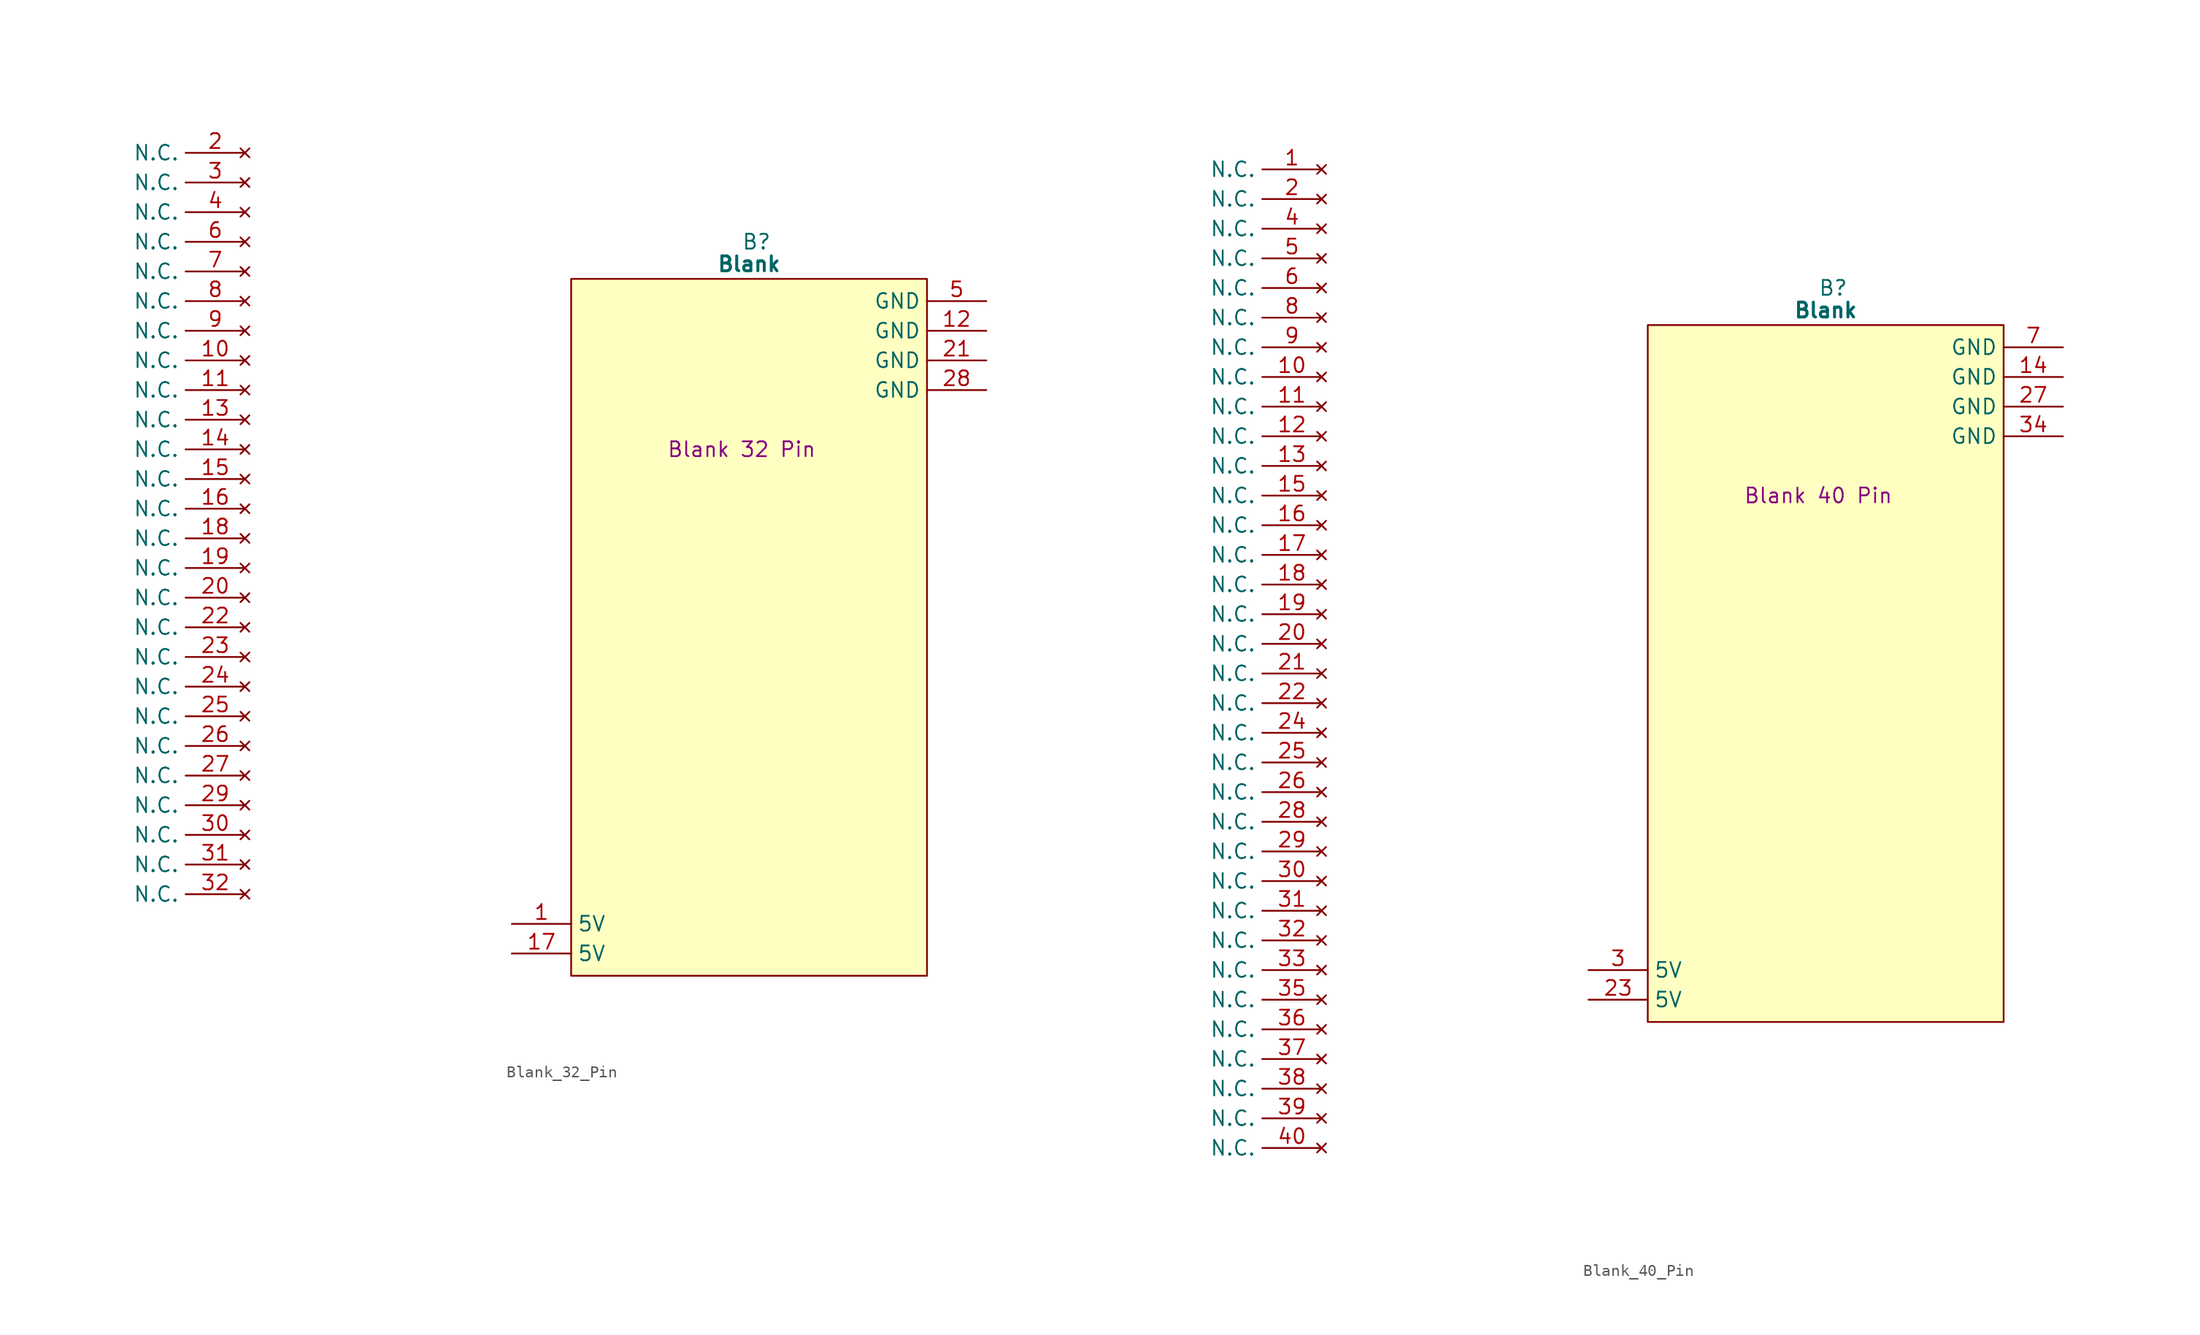
<source format=kicad_sym>
(kicad_symbol_lib
  (version 20241209)
  (generator "kicad_symbol_editor")
  (generator_version "9.0")
  (symbol "Blank_32_Pin"
    (property "Reference" "B"
      (at 15.875 5.08 0)
      (effects (font (size 1.27 1.27))))
    (property "Value" "Blank"
      (at 15.24 3.175 0)
      (effects (font (size 1.27 1.27) (bold yes))))
    (property "Description" "Blank 32 Pin"
      (at 14.605 -12.7 0)
      (effects (font (size 1.27 1.27))))
    (symbol "Blank_32_Pin_0_1"
      (polyline (pts (xy 0 1.905) (xy 30.48 1.905) (xy 30.48 -57.785) (xy 0 -57.785) (xy 0 1.905)) (stroke (width 0.152) (type default)) (fill (type background))))
    (symbol "Blank_32_Pin_1_0"
      (pin no_connect line (at -27.94 -50.8 180) (length 5.08) (name "N.C." (effects (font (size 1.27 1.27)))) (number "32" (effects (font (size 1.27 1.27))))))
    (symbol "Blank_32_Pin_1_1"
      (pin no_connect line (at -27.94 12.7 180) (length 5.08) (name "N.C." (effects (font (size 1.27 1.27)))) (number "2" (effects (font (size 1.27 1.27)))))
      (pin no_connect line (at -27.94 10.16 180) (length 5.08) (name "N.C." (effects (font (size 1.27 1.27)))) (number "3" (effects (font (size 1.27 1.27)))))
      (pin no_connect line (at -27.94 7.62 180) (length 5.08) (name "N.C." (effects (font (size 1.27 1.27)))) (number "4" (effects (font (size 1.27 1.27)))))
      (pin no_connect line (at -27.94 5.08 180) (length 5.08) (name "N.C." (effects (font (size 1.27 1.27)))) (number "6" (effects (font (size 1.27 1.27)))))
      (pin no_connect line (at -27.94 2.54 180) (length 5.08) (name "N.C." (effects (font (size 1.27 1.27)))) (number "7" (effects (font (size 1.27 1.27)))))
      (pin no_connect line (at -27.94 0 180) (length 5.08) (name "N.C." (effects (font (size 1.27 1.27)))) (number "8" (effects (font (size 1.27 1.27)))))
      (pin no_connect line (at -27.94 -2.54 180) (length 5.08) (name "N.C." (effects (font (size 1.27 1.27)))) (number "9" (effects (font (size 1.27 1.27)))))
      (pin no_connect line (at -27.94 -5.08 180) (length 5.08) (name "N.C." (effects (font (size 1.27 1.27)))) (number "10" (effects (font (size 1.27 1.27)))))
      (pin no_connect line (at -27.94 -7.62 180) (length 5.08) (name "N.C." (effects (font (size 1.27 1.27)))) (number "11" (effects (font (size 1.27 1.27)))))
      (pin no_connect line (at -27.94 -10.16 180) (length 5.08) (name "N.C." (effects (font (size 1.27 1.27)))) (number "13" (effects (font (size 1.27 1.27)))))
      (pin no_connect line (at -27.94 -12.7 180) (length 5.08) (name "N.C." (effects (font (size 1.27 1.27)))) (number "14" (effects (font (size 1.27 1.27)))))
      (pin no_connect line (at -27.94 -15.24 180) (length 5.08) (name "N.C." (effects (font (size 1.27 1.27)))) (number "15" (effects (font (size 1.27 1.27)))))
      (pin no_connect line (at -27.94 -17.78 180) (length 5.08) (name "N.C." (effects (font (size 1.27 1.27)))) (number "16" (effects (font (size 1.27 1.27)))))
      (pin no_connect line (at -27.94 -20.32 180) (length 5.08) (name "N.C." (effects (font (size 1.27 1.27)))) (number "18" (effects (font (size 1.27 1.27)))))
      (pin no_connect line (at -27.94 -22.86 180) (length 5.08) (name "N.C." (effects (font (size 1.27 1.27)))) (number "19" (effects (font (size 1.27 1.27)))))
      (pin no_connect line (at -27.94 -25.4 180) (length 5.08) (name "N.C." (effects (font (size 1.27 1.27)))) (number "20" (effects (font (size 1.27 1.27)))))
      (pin no_connect line (at -27.94 -27.94 180) (length 5.08) (name "N.C." (effects (font (size 1.27 1.27)))) (number "22" (effects (font (size 1.27 1.27)))))
      (pin no_connect line (at -27.94 -30.48 180) (length 5.08) (name "N.C." (effects (font (size 1.27 1.27)))) (number "23" (effects (font (size 1.27 1.27)))))
      (pin no_connect line (at -27.94 -33.02 180) (length 5.08) (name "N.C." (effects (font (size 1.27 1.27)))) (number "24" (effects (font (size 1.27 1.27)))))
      (pin no_connect line (at -27.94 -35.56 180) (length 5.08) (name "N.C." (effects (font (size 1.27 1.27)))) (number "25" (effects (font (size 1.27 1.27)))))
      (pin no_connect line (at -27.94 -38.1 180) (length 5.08) (name "N.C." (effects (font (size 1.27 1.27)))) (number "26" (effects (font (size 1.27 1.27)))))
      (pin no_connect line (at -27.94 -40.64 180) (length 5.08) (name "N.C." (effects (font (size 1.27 1.27)))) (number "27" (effects (font (size 1.27 1.27)))))
      (pin no_connect line (at -27.94 -43.18 180) (length 5.08) (name "N.C." (effects (font (size 1.27 1.27)))) (number "29" (effects (font (size 1.27 1.27)))))
      (pin no_connect line (at -27.94 -45.72 180) (length 5.08) (name "N.C." (effects (font (size 1.27 1.27)))) (number "30" (effects (font (size 1.27 1.27)))))
      (pin no_connect line (at -27.94 -48.26 180) (length 5.08) (name "N.C." (effects (font (size 1.27 1.27)))) (number "31" (effects (font (size 1.27 1.27)))))
      (pin passive line (at -5.08 -53.34 0) (length 5.08) (name "5V" (effects (font (size 1.27 1.27)))) (number "1" (effects (font (size 1.27 1.27)))))
      (pin passive line (at -5.08 -55.88 0) (length 5.08) (name "5V" (effects (font (size 1.27 1.27)))) (number "17" (effects (font (size 1.27 1.27)))))
      (pin passive line (at 35.56 0 180) (length 5.08) (name "GND" (effects (font (size 1.27 1.27)))) (number "5" (effects (font (size 1.27 1.27)))))
      (pin passive line (at 35.56 -2.54 180) (length 5.08) (name "GND" (effects (font (size 1.27 1.27)))) (number "12" (effects (font (size 1.27 1.27)))))
      (pin passive line (at 35.56 -5.08 180) (length 5.08) (name "GND" (effects (font (size 1.27 1.27)))) (number "21" (effects (font (size 1.27 1.27)))))
      (pin passive line (at 35.56 -7.62 180) (length 5.08) (name "GND" (effects (font (size 1.27 1.27)))) (number "28" (effects (font (size 1.27 1.27)))))))
  (symbol "Blank_40_Pin"
    (property "Reference" "B"
      (at 15.875 5.08 0)
      (effects (font (size 1.27 1.27))))
    (property "Value" "Blank"
      (at 15.24 3.175 0)
      (effects (font (size 1.27 1.27) (bold yes))))
    (property "Description" "Blank 40 Pin"
      (at 14.605 -12.7 0)
      (effects (font (size 1.27 1.27))))
    (symbol "Blank_40_Pin_0_1"
      (polyline (pts (xy 0 1.905) (xy 30.48 1.905) (xy 30.48 -57.785) (xy 0 -57.785) (xy 0 1.905)) (stroke (width 0.152) (type default)) (fill (type background))))
    (symbol "Blank_40_Pin_1_0"
      (pin no_connect line (at -27.94 -50.8 180) (length 5.08) (name "N.C." (effects (font (size 1.27 1.27)))) (number "32" (effects (font (size 1.27 1.27)))))
      (pin no_connect line (at -27.94 -66.04 180) (length 5.08) (name "N.C." (effects (font (size 1.27 1.27)))) (number "39" (effects (font (size 1.27 1.27)))))
      (pin no_connect line (at -27.94 -68.58 180) (length 5.08) (name "N.C." (effects (font (size 1.27 1.27)))) (number "40" (effects (font (size 1.27 1.27))))))
    (symbol "Blank_40_Pin_1_1"
      (pin no_connect line (at -27.94 15.24 180) (length 5.08) (name "N.C." (effects (font (size 1.27 1.27)))) (number "1" (effects (font (size 1.27 1.27)))))
      (pin no_connect line (at -27.94 12.7 180) (length 5.08) (name "N.C." (effects (font (size 1.27 1.27)))) (number "2" (effects (font (size 1.27 1.27)))))
      (pin no_connect line (at -27.94 10.16 180) (length 5.08) (name "N.C." (effects (font (size 1.27 1.27)))) (number "4" (effects (font (size 1.27 1.27)))))
      (pin no_connect line (at -27.94 7.62 180) (length 5.08) (name "N.C." (effects (font (size 1.27 1.27)))) (number "5" (effects (font (size 1.27 1.27)))))
      (pin no_connect line (at -27.94 5.08 180) (length 5.08) (name "N.C." (effects (font (size 1.27 1.27)))) (number "6" (effects (font (size 1.27 1.27)))))
      (pin no_connect line (at -27.94 2.54 180) (length 5.08) (name "N.C." (effects (font (size 1.27 1.27)))) (number "8" (effects (font (size 1.27 1.27)))))
      (pin no_connect line (at -27.94 0 180) (length 5.08) (name "N.C." (effects (font (size 1.27 1.27)))) (number "9" (effects (font (size 1.27 1.27)))))
      (pin no_connect line (at -27.94 -2.54 180) (length 5.08) (name "N.C." (effects (font (size 1.27 1.27)))) (number "10" (effects (font (size 1.27 1.27)))))
      (pin no_connect line (at -27.94 -5.08 180) (length 5.08) (name "N.C." (effects (font (size 1.27 1.27)))) (number "11" (effects (font (size 1.27 1.27)))))
      (pin no_connect line (at -27.94 -7.62 180) (length 5.08) (name "N.C." (effects (font (size 1.27 1.27)))) (number "12" (effects (font (size 1.27 1.27)))))
      (pin no_connect line (at -27.94 -10.16 180) (length 5.08) (name "N.C." (effects (font (size 1.27 1.27)))) (number "13" (effects (font (size 1.27 1.27)))))
      (pin no_connect line (at -27.94 -12.7 180) (length 5.08) (name "N.C." (effects (font (size 1.27 1.27)))) (number "15" (effects (font (size 1.27 1.27)))))
      (pin no_connect line (at -27.94 -15.24 180) (length 5.08) (name "N.C." (effects (font (size 1.27 1.27)))) (number "16" (effects (font (size 1.27 1.27)))))
      (pin no_connect line (at -27.94 -17.78 180) (length 5.08) (name "N.C." (effects (font (size 1.27 1.27)))) (number "17" (effects (font (size 1.27 1.27)))))
      (pin no_connect line (at -27.94 -20.32 180) (length 5.08) (name "N.C." (effects (font (size 1.27 1.27)))) (number "18" (effects (font (size 1.27 1.27)))))
      (pin no_connect line (at -27.94 -22.86 180) (length 5.08) (name "N.C." (effects (font (size 1.27 1.27)))) (number "19" (effects (font (size 1.27 1.27)))))
      (pin no_connect line (at -27.94 -25.4 180) (length 5.08) (name "N.C." (effects (font (size 1.27 1.27)))) (number "20" (effects (font (size 1.27 1.27)))))
      (pin no_connect line (at -27.94 -27.94 180) (length 5.08) (name "N.C." (effects (font (size 1.27 1.27)))) (number "21" (effects (font (size 1.27 1.27)))))
      (pin no_connect line (at -27.94 -30.48 180) (length 5.08) (name "N.C." (effects (font (size 1.27 1.27)))) (number "22" (effects (font (size 1.27 1.27)))))
      (pin no_connect line (at -27.94 -33.02 180) (length 5.08) (name "N.C." (effects (font (size 1.27 1.27)))) (number "24" (effects (font (size 1.27 1.27)))))
      (pin no_connect line (at -27.94 -35.56 180) (length 5.08) (name "N.C." (effects (font (size 1.27 1.27)))) (number "25" (effects (font (size 1.27 1.27)))))
      (pin no_connect line (at -27.94 -38.1 180) (length 5.08) (name "N.C." (effects (font (size 1.27 1.27)))) (number "26" (effects (font (size 1.27 1.27)))))
      (pin no_connect line (at -27.94 -40.64 180) (length 5.08) (name "N.C." (effects (font (size 1.27 1.27)))) (number "28" (effects (font (size 1.27 1.27)))))
      (pin no_connect line (at -27.94 -43.18 180) (length 5.08) (name "N.C." (effects (font (size 1.27 1.27)))) (number "29" (effects (font (size 1.27 1.27)))))
      (pin no_connect line (at -27.94 -45.72 180) (length 5.08) (name "N.C." (effects (font (size 1.27 1.27)))) (number "30" (effects (font (size 1.27 1.27)))))
      (pin no_connect line (at -27.94 -48.26 180) (length 5.08) (name "N.C." (effects (font (size 1.27 1.27)))) (number "31" (effects (font (size 1.27 1.27)))))
      (pin no_connect line (at -27.94 -53.34 180) (length 5.08) (name "N.C." (effects (font (size 1.27 1.27)))) (number "33" (effects (font (size 1.27 1.27)))))
      (pin no_connect line (at -27.94 -55.88 180) (length 5.08) (name "N.C." (effects (font (size 1.27 1.27)))) (number "35" (effects (font (size 1.27 1.27)))))
      (pin no_connect line (at -27.94 -58.42 180) (length 5.08) (name "N.C." (effects (font (size 1.27 1.27)))) (number "36" (effects (font (size 1.27 1.27)))))
      (pin no_connect line (at -27.94 -60.96 180) (length 5.08) (name "N.C." (effects (font (size 1.27 1.27)))) (number "37" (effects (font (size 1.27 1.27)))))
      (pin no_connect line (at -27.94 -63.5 180) (length 5.08) (name "N.C." (effects (font (size 1.27 1.27)))) (number "38" (effects (font (size 1.27 1.27)))))
      (pin passive line (at -5.08 -53.34 0) (length 5.08) (name "5V" (effects (font (size 1.27 1.27)))) (number "3" (effects (font (size 1.27 1.27)))))
      (pin passive line (at -5.08 -55.88 0) (length 5.08) (name "5V" (effects (font (size 1.27 1.27)))) (number "23" (effects (font (size 1.27 1.27)))))
      (pin passive line (at 35.56 0 180) (length 5.08) (name "GND" (effects (font (size 1.27 1.27)))) (number "7" (effects (font (size 1.27 1.27)))))
      (pin passive line (at 35.56 -2.54 180) (length 5.08) (name "GND" (effects (font (size 1.27 1.27)))) (number "14" (effects (font (size 1.27 1.27)))))
      (pin passive line (at 35.56 -5.08 180) (length 5.08) (name "GND" (effects (font (size 1.27 1.27)))) (number "27" (effects (font (size 1.27 1.27)))))
      (pin passive line (at 35.56 -7.62 180) (length 5.08) (name "GND" (effects (font (size 1.27 1.27)))) (number "34" (effects (font (size 1.27 1.27))))))))
</source>
